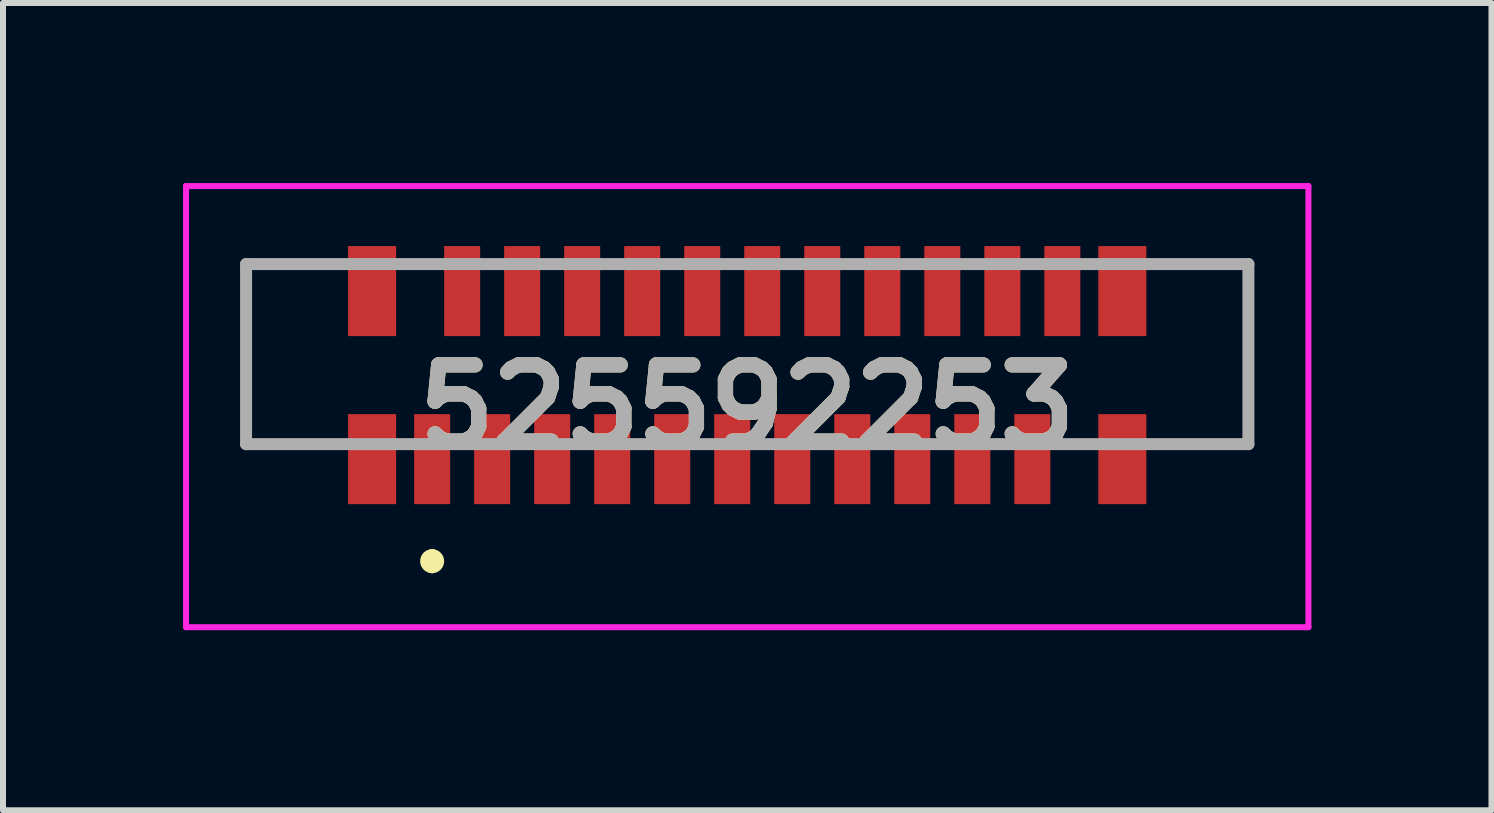
<source format=kicad_pcb>
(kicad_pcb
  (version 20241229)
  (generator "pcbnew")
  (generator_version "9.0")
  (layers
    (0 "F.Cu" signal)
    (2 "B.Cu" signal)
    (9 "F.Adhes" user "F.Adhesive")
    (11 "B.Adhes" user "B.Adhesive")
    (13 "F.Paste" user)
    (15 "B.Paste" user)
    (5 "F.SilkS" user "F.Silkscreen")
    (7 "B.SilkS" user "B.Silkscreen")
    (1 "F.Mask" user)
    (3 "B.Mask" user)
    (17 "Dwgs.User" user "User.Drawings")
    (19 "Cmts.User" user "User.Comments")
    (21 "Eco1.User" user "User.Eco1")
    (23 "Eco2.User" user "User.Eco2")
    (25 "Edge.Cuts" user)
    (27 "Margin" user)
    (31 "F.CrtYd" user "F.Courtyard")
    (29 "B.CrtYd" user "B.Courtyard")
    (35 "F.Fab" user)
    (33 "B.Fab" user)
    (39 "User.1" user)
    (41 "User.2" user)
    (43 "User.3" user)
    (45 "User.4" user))
  (footprint "525592253"
    (layer "F.Cu")
    (at 9.4 3.2)
    (property "Reference" "525592253" (at 0 0.525 0) (layer "F.SilkS") (effects (font (size 1.27 1.27) (thickness 0.254))))
    (attr smd)
    (fp_line (start -8.35 -1.85) (end -8.35 1.15) (stroke (width 0.1) (type solid)) (layer "F.SilkS"))
    (fp_line (start -8.35 1.15) (end -7 1.15) (stroke (width 0.1) (type solid)) (layer "F.SilkS"))
    (fp_line (start -5.25 3) (end -5.25 3) (stroke (width 0.2) (type solid)) (layer "F.SilkS"))
    (fp_line (start -5.25 3.2) (end -5.25 3.2) (stroke (width 0.2) (type solid)) (layer "F.SilkS"))
    (fp_line (start 7.5 -1.85) (end 8.35 -1.85) (stroke (width 0.1) (type solid)) (layer "F.SilkS"))
    (fp_line (start 8.35 -1.85) (end 8.35 1.15) (stroke (width 0.1) (type solid)) (layer "F.SilkS"))
    (fp_arc (start -5.25 3) (mid -5.15 3.1) (end -5.25 3.2) (stroke (width 0.2) (type solid)) (layer "F.SilkS"))
    (fp_arc (start -5.25 3.2) (mid -5.35 3.1) (end -5.25 3) (stroke (width 0.2) (type solid)) (layer "F.SilkS"))
    (fp_line (start -9.35 -3.15) (end 9.35 -3.15) (stroke (width 0.1) (type solid)) (layer "F.CrtYd"))
    (fp_line (start -9.35 4.2) (end -9.35 -3.15) (stroke (width 0.1) (type solid)) (layer "F.CrtYd"))
    (fp_line (start 9.35 -3.15) (end 9.35 4.2) (stroke (width 0.1) (type solid)) (layer "F.CrtYd"))
    (fp_line (start 9.35 4.2) (end -9.35 4.2) (stroke (width 0.1) (type solid)) (layer "F.CrtYd"))
    (fp_line (start -8.35 -1.85) (end 8.35 -1.85) (stroke (width 0.2) (type solid)) (layer "F.Fab"))
    (fp_line (start -8.35 1.15) (end -8.35 -1.85) (stroke (width 0.2) (type solid)) (layer "F.Fab"))
    (fp_line (start 8.35 -1.85) (end 8.35 1.15) (stroke (width 0.2) (type solid)) (layer "F.Fab"))
    (fp_line (start 8.35 1.15) (end -8.35 1.15) (stroke (width 0.2) (type solid)) (layer "F.Fab"))
    (fp_text user "${REFERENCE}" (at 0 0.525 0) (layer "F.Fab") (effects (font (size 1.27 1.27) (thickness 0.254))))
    (pad "1" smd rect (at -5.25 1.4) (size 0.6 1.5) (layers "F.Cu" "F.Mask" "F.Paste"))
    (pad "2" smd rect (at -4.75 -1.4) (size 0.6 1.5) (layers "F.Cu" "F.Mask" "F.Paste"))
    (pad "3" smd rect (at -4.25 1.4) (size 0.6 1.5) (layers "F.Cu" "F.Mask" "F.Paste"))
    (pad "4" smd rect (at -3.75 -1.4) (size 0.6 1.5) (layers "F.Cu" "F.Mask" "F.Paste"))
    (pad "5" smd rect (at -3.25 1.4) (size 0.6 1.5) (layers "F.Cu" "F.Mask" "F.Paste"))
    (pad "6" smd rect (at -2.75 -1.4) (size 0.6 1.5) (layers "F.Cu" "F.Mask" "F.Paste"))
    (pad "7" smd rect (at -2.25 1.4) (size 0.6 1.5) (layers "F.Cu" "F.Mask" "F.Paste"))
    (pad "8" smd rect (at -1.75 -1.4) (size 0.6 1.5) (layers "F.Cu" "F.Mask" "F.Paste"))
    (pad "9" smd rect (at -1.25 1.4) (size 0.6 1.5) (layers "F.Cu" "F.Mask" "F.Paste"))
    (pad "10" smd rect (at -0.75 -1.4) (size 0.6 1.5) (layers "F.Cu" "F.Mask" "F.Paste"))
    (pad "11" smd rect (at -0.25 1.4) (size 0.6 1.5) (layers "F.Cu" "F.Mask" "F.Paste"))
    (pad "12" smd rect (at 0.25 -1.4) (size 0.6 1.5) (layers "F.Cu" "F.Mask" "F.Paste"))
    (pad "13" smd rect (at 0.75 1.4) (size 0.6 1.5) (layers "F.Cu" "F.Mask" "F.Paste"))
    (pad "14" smd rect (at 1.25 -1.4) (size 0.6 1.5) (layers "F.Cu" "F.Mask" "F.Paste"))
    (pad "15" smd rect (at 1.75 1.4) (size 0.6 1.5) (layers "F.Cu" "F.Mask" "F.Paste"))
    (pad "16" smd rect (at 2.25 -1.4) (size 0.6 1.5) (layers "F.Cu" "F.Mask" "F.Paste"))
    (pad "17" smd rect (at 2.75 1.4) (size 0.6 1.5) (layers "F.Cu" "F.Mask" "F.Paste"))
    (pad "18" smd rect (at 3.25 -1.4) (size 0.6 1.5) (layers "F.Cu" "F.Mask" "F.Paste"))
    (pad "19" smd rect (at 3.75 1.4) (size 0.6 1.5) (layers "F.Cu" "F.Mask" "F.Paste"))
    (pad "20" smd rect (at 4.25 -1.4) (size 0.6 1.5) (layers "F.Cu" "F.Mask" "F.Paste"))
    (pad "21" smd rect (at 4.75 1.4) (size 0.6 1.5) (layers "F.Cu" "F.Mask" "F.Paste"))
    (pad "22" smd rect (at 5.25 -1.4) (size 0.6 1.5) (layers "F.Cu" "F.Mask" "F.Paste"))
    (pad "MP1" smd rect (at -6.25 -1.4) (size 0.8 1.5) (layers "F.Cu" "F.Mask" "F.Paste"))
    (pad "MP2" smd rect (at -6.25 1.4) (size 0.8 1.5) (layers "F.Cu" "F.Mask" "F.Paste"))
    (pad "MP3" smd rect (at 6.25 1.4) (size 0.8 1.5) (layers "F.Cu" "F.Mask" "F.Paste"))
    (pad "MP4" smd rect (at 6.25 -1.4) (size 0.8 1.5) (layers "F.Cu" "F.Mask" "F.Paste")))
  (gr_rect
    (start -3 -3)
    (end 21.8 10.45)
    (stroke (width 0.1) (type default))
    (fill no)
    (layer "Edge.Cuts")))
</source>
